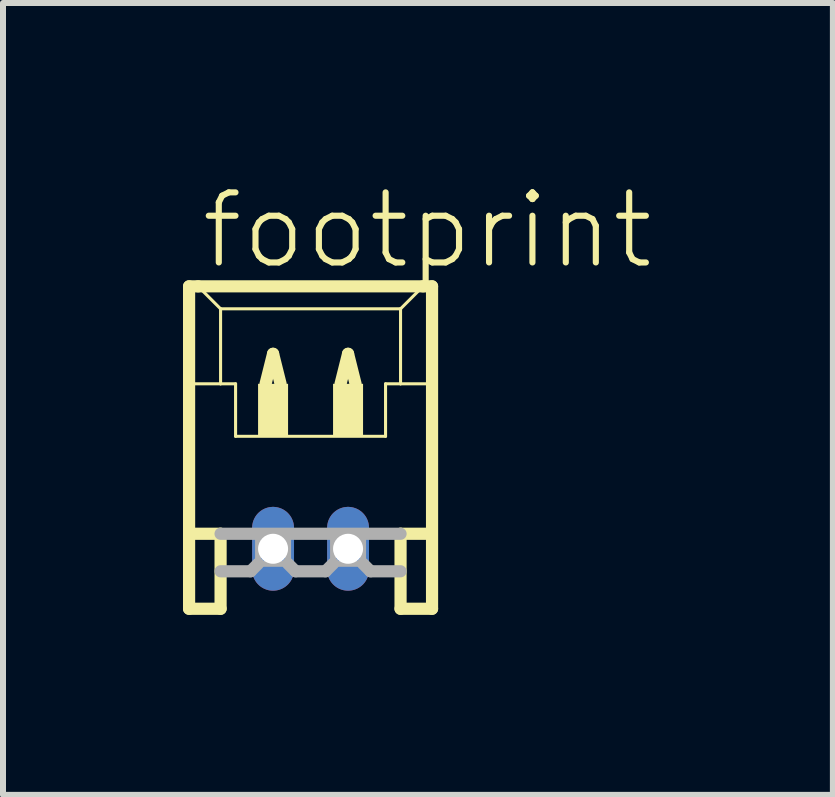
<source format=kicad_pcb>
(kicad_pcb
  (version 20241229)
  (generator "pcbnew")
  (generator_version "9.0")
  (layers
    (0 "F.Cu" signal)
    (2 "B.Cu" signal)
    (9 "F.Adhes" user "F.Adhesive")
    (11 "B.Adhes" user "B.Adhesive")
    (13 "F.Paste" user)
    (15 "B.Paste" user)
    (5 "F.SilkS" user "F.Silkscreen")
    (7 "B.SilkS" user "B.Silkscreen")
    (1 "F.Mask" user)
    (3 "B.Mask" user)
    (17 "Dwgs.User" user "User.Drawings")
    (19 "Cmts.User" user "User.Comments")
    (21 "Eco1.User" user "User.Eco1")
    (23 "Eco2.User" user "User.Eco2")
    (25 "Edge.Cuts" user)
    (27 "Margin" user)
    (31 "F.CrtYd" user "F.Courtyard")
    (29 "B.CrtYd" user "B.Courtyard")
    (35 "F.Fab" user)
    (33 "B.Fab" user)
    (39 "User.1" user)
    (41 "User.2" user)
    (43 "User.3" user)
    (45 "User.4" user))
  (footprint "footprint"
    (layer "F.Cu")
    (at 2.127 4.848)
    (property "Reference" "footprint" (at -1.875 -3.375 0) (layer "F.SilkS") (effects (font (size 1.168 1.168) (thickness 0.102)) (justify left bottom)))
    (fp_line (start -2.025 -3.125) (end -2.025 2.25) (stroke (width 0.203) (type solid)) (layer "F.SilkS"))
    (fp_line (start -2.025 2.25) (end -1.5 2.25) (stroke (width 0.203) (type solid)) (layer "F.SilkS"))
    (fp_line (start -2 -1.5) (end -1.5 -1.5) (stroke (width 0.051) (type solid)) (layer "F.SilkS"))
    (fp_line (start -2 1) (end -1.5 1) (stroke (width 0.203) (type solid)) (layer "F.SilkS"))
    (fp_line (start -1.875 -3.125) (end -2.025 -3.125) (stroke (width 0.203) (type solid)) (layer "F.SilkS"))
    (fp_line (start -1.5 -2.75) (end -1.875 -3.125) (stroke (width 0.051) (type solid)) (layer "F.SilkS"))
    (fp_line (start -1.5 -2.75) (end 1.5 -2.75) (stroke (width 0.051) (type solid)) (layer "F.SilkS"))
    (fp_line (start -1.5 -1.5) (end -1.5 -2.75) (stroke (width 0.051) (type solid)) (layer "F.SilkS"))
    (fp_line (start -1.5 -1.5) (end -1.25 -1.5) (stroke (width 0.051) (type solid)) (layer "F.SilkS"))
    (fp_line (start -1.5 1) (end -1.5 2.25) (stroke (width 0.203) (type solid)) (layer "F.SilkS"))
    (fp_line (start -1.25 -1.5) (end -1.25 -0.625) (stroke (width 0.051) (type solid)) (layer "F.SilkS"))
    (fp_line (start -1.25 -0.625) (end 1.25 -0.625) (stroke (width 0.051) (type solid)) (layer "F.SilkS"))
    (fp_line (start -0.75 -1.5) (end -0.625 -2) (stroke (width 0.203) (type solid)) (layer "F.SilkS"))
    (fp_line (start -0.625 -2) (end -0.5 -1.5) (stroke (width 0.203) (type solid)) (layer "F.SilkS"))
    (fp_line (start 0.5 -1.5) (end 0.625 -2) (stroke (width 0.203) (type solid)) (layer "F.SilkS"))
    (fp_line (start 0.625 -2) (end 0.75 -1.5) (stroke (width 0.203) (type solid)) (layer "F.SilkS"))
    (fp_line (start 1.25 -1.5) (end 1.25 -0.625) (stroke (width 0.051) (type solid)) (layer "F.SilkS"))
    (fp_line (start 1.25 -1.5) (end 1.5 -1.5) (stroke (width 0.051) (type solid)) (layer "F.SilkS"))
    (fp_line (start 1.5 -2.75) (end 1.5 -1.5) (stroke (width 0.051) (type solid)) (layer "F.SilkS"))
    (fp_line (start 1.5 -2.75) (end 1.875 -3.125) (stroke (width 0.051) (type solid)) (layer "F.SilkS"))
    (fp_line (start 1.5 -1.5) (end 2 -1.5) (stroke (width 0.051) (type solid)) (layer "F.SilkS"))
    (fp_line (start 1.5 1) (end 1.5 2.25) (stroke (width 0.203) (type solid)) (layer "F.SilkS"))
    (fp_line (start 1.5 1) (end 2 1) (stroke (width 0.203) (type solid)) (layer "F.SilkS"))
    (fp_line (start 1.5 2.25) (end 2.025 2.25) (stroke (width 0.203) (type solid)) (layer "F.SilkS"))
    (fp_line (start 1.875 -3.125) (end -1.875 -3.125) (stroke (width 0.203) (type solid)) (layer "F.SilkS"))
    (fp_line (start 2.025 -3.125) (end 1.875 -3.125) (stroke (width 0.203) (type solid)) (layer "F.SilkS"))
    (fp_line (start 2.025 2.25) (end 2.025 -3.125) (stroke (width 0.203) (type solid)) (layer "F.SilkS"))
    (fp_poly (pts (xy -0.875 -0.625) (xy -0.375 -0.625) (xy -0.375 -1.5) (xy -0.875 -1.5)) (stroke (width 0) (type solid)) (fill yes) (layer "F.SilkS"))
    (fp_poly (pts (xy 0.375 -0.625) (xy 0.875 -0.625) (xy 0.875 -1.5) (xy 0.375 -1.5)) (stroke (width 0) (type solid)) (fill yes) (layer "F.SilkS"))
    (fp_line (start -1.5 1) (end 1.5 1) (stroke (width 0.203) (type solid)) (layer "F.Fab"))
    (fp_line (start -1 1.625) (end -1.5 1.625) (stroke (width 0.203) (type solid)) (layer "F.Fab"))
    (fp_line (start -0.875 1.5) (end -1 1.625) (stroke (width 0.203) (type solid)) (layer "F.Fab"))
    (fp_line (start -0.375 1.5) (end -0.25 1.625) (stroke (width 0.203) (type solid)) (layer "F.Fab"))
    (fp_line (start 0.25 1.625) (end -0.25 1.625) (stroke (width 0.203) (type solid)) (layer "F.Fab"))
    (fp_line (start 0.375 1.5) (end 0.25 1.625) (stroke (width 0.203) (type solid)) (layer "F.Fab"))
    (fp_line (start 0.875 1.5) (end 1 1.625) (stroke (width 0.203) (type solid)) (layer "F.Fab"))
    (fp_line (start 1.5 1.625) (end 1 1.625) (stroke (width 0.203) (type solid)) (layer "F.Fab"))
    (fp_poly (pts (xy -0.875 1.5) (xy -0.375 1.5) (xy -0.375 1) (xy -0.875 1)) (stroke (width 0.1) (type solid)) (fill no) (layer "F.Fab"))
    (fp_poly (pts (xy 0.375 1.5) (xy 0.875 1.5) (xy 0.875 1) (xy 0.375 1)) (stroke (width 0.1) (type solid)) (fill no) (layer "F.Fab"))
    (pad "1" thru_hole oval (at 0.625 1.25 90) (size 1.397 0.698) (drill 0.5) (layers "*.Cu" "*.Mask"))
    (pad "2" thru_hole oval (at -0.625 1.25 90) (size 1.397 0.698) (drill 0.5) (layers "*.Cu" "*.Mask")))
  (gr_rect
    (start -3 -3)
    (end 10.834 10.2)
    (stroke (width 0.1) (type default))
    (fill no)
    (layer "Edge.Cuts")))
</source>
